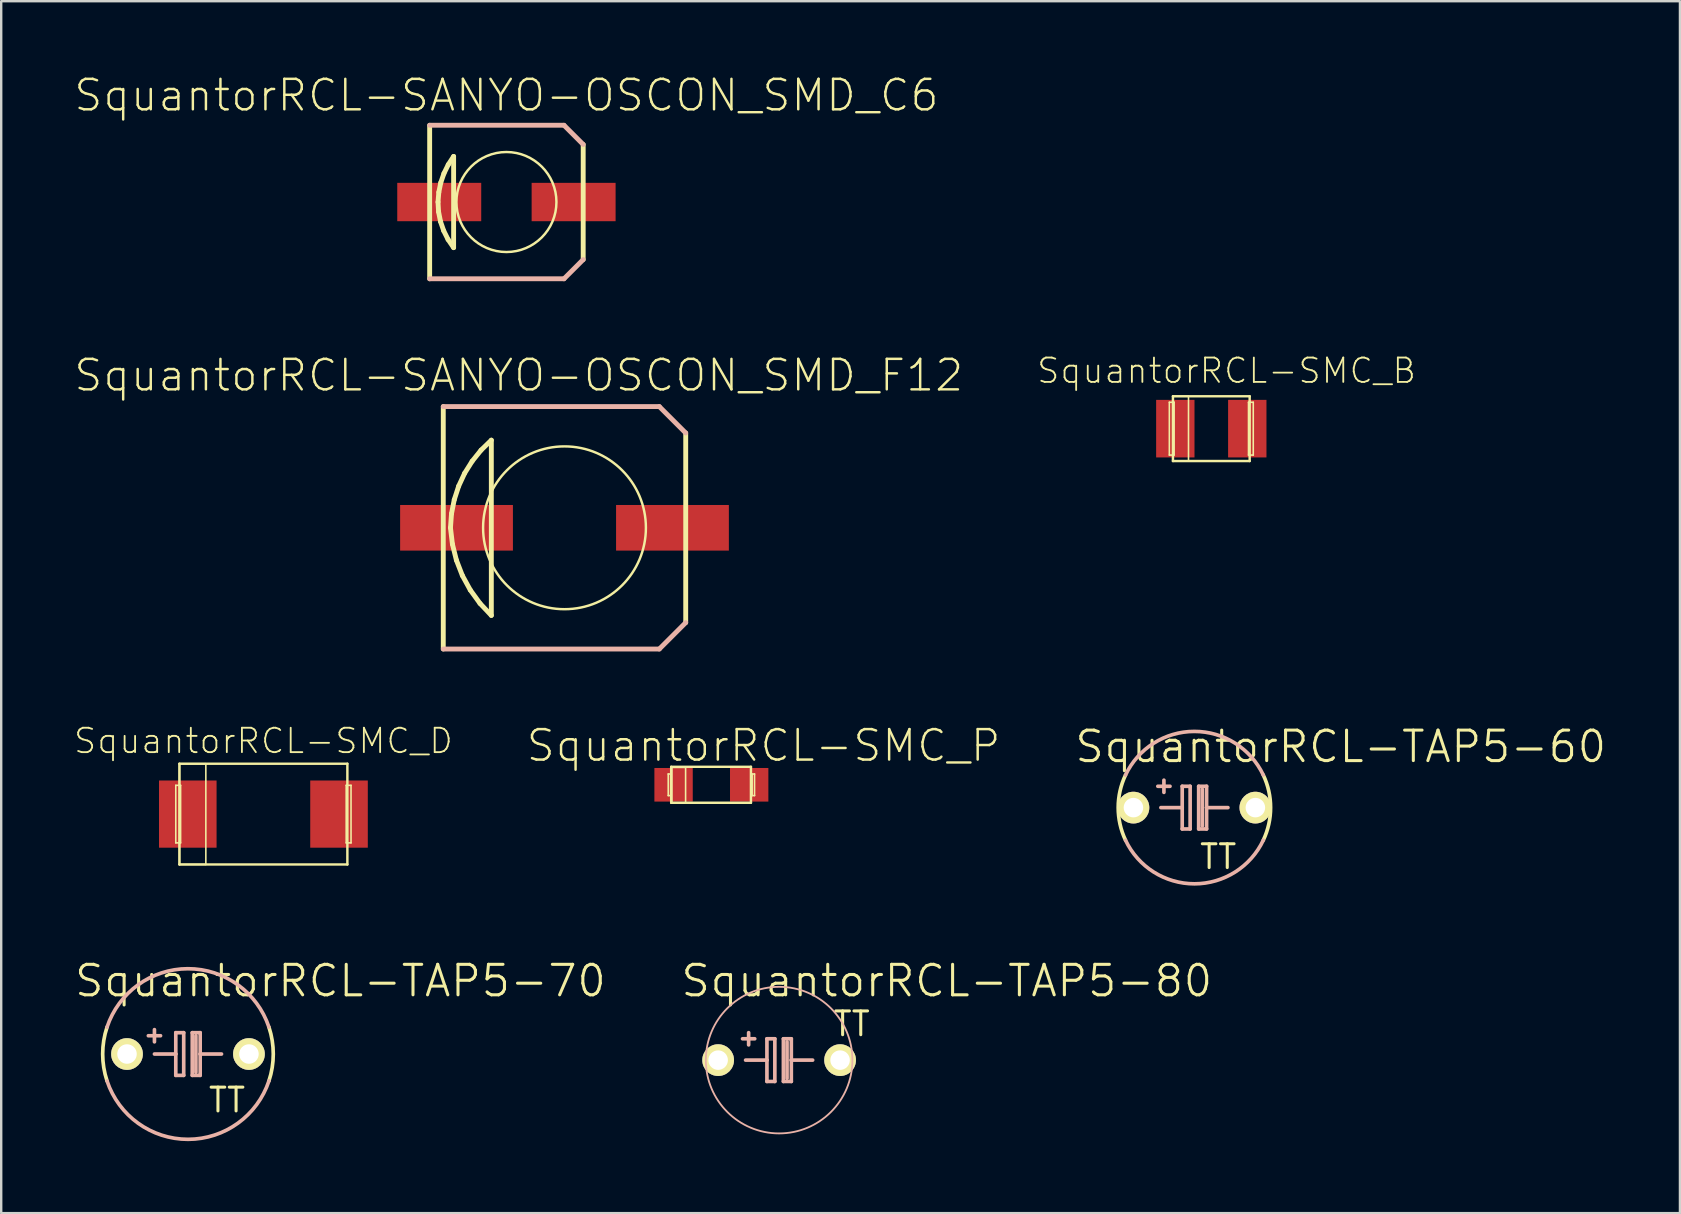
<source format=kicad_pcb>
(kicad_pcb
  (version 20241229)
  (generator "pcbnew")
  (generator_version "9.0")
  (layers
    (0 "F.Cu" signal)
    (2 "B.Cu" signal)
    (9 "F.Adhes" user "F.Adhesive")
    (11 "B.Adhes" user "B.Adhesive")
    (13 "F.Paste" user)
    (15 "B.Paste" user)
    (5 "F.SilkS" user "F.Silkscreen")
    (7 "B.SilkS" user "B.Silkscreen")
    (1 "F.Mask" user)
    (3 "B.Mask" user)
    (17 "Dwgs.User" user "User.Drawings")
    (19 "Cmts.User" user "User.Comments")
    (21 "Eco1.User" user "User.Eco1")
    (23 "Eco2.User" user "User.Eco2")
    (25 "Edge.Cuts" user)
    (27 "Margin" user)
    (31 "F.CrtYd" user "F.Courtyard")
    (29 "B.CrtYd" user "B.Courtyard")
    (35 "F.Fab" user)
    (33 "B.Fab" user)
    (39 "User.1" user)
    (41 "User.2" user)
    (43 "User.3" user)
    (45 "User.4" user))
  (footprint "SquantorRCL-SMC_P"
    (layer "F.Cu")
    (at 26.585 29.643)
    (property "Reference" "SquantorRCL-SMC_P" (at 2.174 -1.633 0) (layer "F.SilkS") (effects (font (size 1.27 1.27) (thickness 0.102))))
    (attr smd)
    (fp_line (start -1.798 -0.45) (end -1.699 -0.45) (stroke (width 0.066) (type solid)) (layer "F.SilkS"))
    (fp_line (start -1.798 0.45) (end -1.798 -0.45) (stroke (width 0.066) (type solid)) (layer "F.SilkS"))
    (fp_line (start -1.798 0.45) (end -1.699 0.45) (stroke (width 0.066) (type solid)) (layer "F.SilkS"))
    (fp_line (start -1.699 0.45) (end -1.699 -0.45) (stroke (width 0.066) (type solid)) (layer "F.SilkS"))
    (fp_line (start -1.674 -0.749) (end -1.674 0.749) (stroke (width 0.102) (type solid)) (layer "F.SilkS"))
    (fp_line (start -1.674 -0.749) (end 1.648 -0.749) (stroke (width 0.102) (type solid)) (layer "F.SilkS"))
    (fp_line (start -1.648 -0.724) (end -1.074 -0.724) (stroke (width 0.066) (type solid)) (layer "F.SilkS"))
    (fp_line (start -1.648 0.749) (end -1.648 -0.724) (stroke (width 0.066) (type solid)) (layer "F.SilkS"))
    (fp_line (start -1.648 0.749) (end -1.074 0.749) (stroke (width 0.066) (type solid)) (layer "F.SilkS"))
    (fp_line (start -1.074 0.749) (end -1.074 -0.724) (stroke (width 0.066) (type solid)) (layer "F.SilkS"))
    (fp_line (start 1.648 0.749) (end -1.674 0.749) (stroke (width 0.102) (type solid)) (layer "F.SilkS"))
    (fp_line (start 1.648 0.749) (end 1.648 -0.749) (stroke (width 0.102) (type solid)) (layer "F.SilkS"))
    (fp_line (start 1.699 -0.45) (end 1.798 -0.45) (stroke (width 0.066) (type solid)) (layer "F.SilkS"))
    (fp_line (start 1.699 0.45) (end 1.699 -0.45) (stroke (width 0.066) (type solid)) (layer "F.SilkS"))
    (fp_line (start 1.699 0.45) (end 1.798 0.45) (stroke (width 0.066) (type solid)) (layer "F.SilkS"))
    (fp_line (start 1.798 0.45) (end 1.798 -0.45) (stroke (width 0.066) (type solid)) (layer "F.SilkS"))
    (pad "+" smd rect (at -1.575 0) (size 1.598 1.4) (layers "F.Cu" "F.Mask" "F.Paste"))
    (pad "-" smd rect (at 1.575 0 180) (size 1.598 1.4) (layers "F.Cu" "F.Mask" "F.Paste")))
  (footprint "SquantorRCL-TAP5-60"
    (layer "F.Cu")
    (at 46.707 30.594)
    (property "Reference" "SquantorRCL-TAP5-60" (at 6.096 -2.54 0) (layer "F.SilkS") (effects (font (size 1.27 1.27) (thickness 0.127))))
    (attr exclude_from_pos_files exclude_from_bom)
    (fp_arc (start -2.8702 1.35636) (mid -3.174549 -0.000341) (end -2.869908 -1.356977) (stroke (width 0.1524) (type solid)) (layer "F.SilkS"))
    (fp_arc (start 2.8702 -1.35636) (mid 3.174549 0.000341) (end 2.869908 1.356977) (stroke (width 0.1524) (type solid)) (layer "F.SilkS"))
    (fp_line (start -1.397 0) (end -0.508 0) (stroke (width 0.152) (type solid)) (layer "B.SilkS"))
    (fp_line (start -1.27 -0.635) (end -1.27 -1.143) (stroke (width 0.152) (type solid)) (layer "B.SilkS"))
    (fp_line (start -1.016 -0.889) (end -1.524 -0.889) (stroke (width 0.152) (type solid)) (layer "B.SilkS"))
    (fp_line (start -0.508 -0.889) (end -0.508 0) (stroke (width 0.152) (type solid)) (layer "B.SilkS"))
    (fp_line (start -0.508 0) (end -0.508 0.889) (stroke (width 0.152) (type solid)) (layer "B.SilkS"))
    (fp_line (start -0.508 0.889) (end -0.178 0.889) (stroke (width 0.152) (type solid)) (layer "B.SilkS"))
    (fp_line (start -0.178 -0.889) (end -0.508 -0.889) (stroke (width 0.152) (type solid)) (layer "B.SilkS"))
    (fp_line (start -0.178 0.889) (end -0.178 -0.889) (stroke (width 0.152) (type solid)) (layer "B.SilkS"))
    (fp_line (start 0.178 -0.889) (end 0.178 0.889) (stroke (width 0.152) (type solid)) (layer "B.SilkS"))
    (fp_line (start 0.178 0.889) (end 0.508 0.889) (stroke (width 0.152) (type solid)) (layer "B.SilkS"))
    (fp_line (start 0.33 0.762) (end 0.33 -0.762) (stroke (width 0.152) (type solid)) (layer "B.SilkS"))
    (fp_line (start 0.508 -0.889) (end 0.178 -0.889) (stroke (width 0.152) (type solid)) (layer "B.SilkS"))
    (fp_line (start 0.508 0) (end 0.508 -0.889) (stroke (width 0.152) (type solid)) (layer "B.SilkS"))
    (fp_line (start 0.508 0) (end 1.397 0) (stroke (width 0.152) (type solid)) (layer "B.SilkS"))
    (fp_line (start 0.508 0.889) (end 0.508 0) (stroke (width 0.152) (type solid)) (layer "B.SilkS"))
    (fp_arc (start -2.8702 -1.35636) (mid -0.003112 -3.174547) (end 2.867536 -1.361984) (stroke (width 0.1524) (type solid)) (layer "B.SilkS"))
    (fp_arc (start 2.8702 1.35636) (mid 0.003112 3.174547) (end -2.867536 1.361984) (stroke (width 0.1524) (type solid)) (layer "B.SilkS"))
    (fp_text user "TT" (at 0.991 2.045 0) (layer "F.SilkS") (effects (font (size 0.991 0.991) (thickness 0.127))))
    (pad "+" thru_hole circle (at -2.54 0) (size 1.321 1.321) (drill 0.813) (layers "*.Cu" "F.Mask" "F.SilkS" "F.Paste"))
    (pad "-" thru_hole circle (at 2.54 0) (size 1.321 1.321) (drill 0.813) (layers "*.Cu" "F.Mask" "F.SilkS" "F.Paste")))
  (footprint "SquantorRCL-TAP5-80"
    (layer "F.Cu")
    (at 29.407 41.113)
    (property "Reference" "SquantorRCL-TAP5-80" (at 6.985 -3.302 0) (layer "F.SilkS") (effects (font (size 1.27 1.27) (thickness 0.127))))
    (attr exclude_from_pos_files exclude_from_bom)
    (fp_line (start -1.397 0) (end -0.508 0) (stroke (width 0.152) (type solid)) (layer "B.SilkS"))
    (fp_line (start -1.27 -0.635) (end -1.27 -1.143) (stroke (width 0.152) (type solid)) (layer "B.SilkS"))
    (fp_line (start -1.016 -0.889) (end -1.524 -0.889) (stroke (width 0.152) (type solid)) (layer "B.SilkS"))
    (fp_line (start -0.508 -0.889) (end -0.508 0) (stroke (width 0.152) (type solid)) (layer "B.SilkS"))
    (fp_line (start -0.508 0) (end -0.508 0.889) (stroke (width 0.152) (type solid)) (layer "B.SilkS"))
    (fp_line (start -0.508 0.889) (end -0.178 0.889) (stroke (width 0.152) (type solid)) (layer "B.SilkS"))
    (fp_line (start -0.178 -0.889) (end -0.508 -0.889) (stroke (width 0.152) (type solid)) (layer "B.SilkS"))
    (fp_line (start -0.178 0.889) (end -0.178 -0.889) (stroke (width 0.152) (type solid)) (layer "B.SilkS"))
    (fp_line (start 0.178 -0.889) (end 0.178 0.889) (stroke (width 0.152) (type solid)) (layer "B.SilkS"))
    (fp_line (start 0.178 0.889) (end 0.508 0.889) (stroke (width 0.152) (type solid)) (layer "B.SilkS"))
    (fp_line (start 0.33 0.762) (end 0.33 -0.762) (stroke (width 0.152) (type solid)) (layer "B.SilkS"))
    (fp_line (start 0.508 -0.889) (end 0.178 -0.889) (stroke (width 0.152) (type solid)) (layer "B.SilkS"))
    (fp_line (start 0.508 0) (end 0.508 -0.889) (stroke (width 0.152) (type solid)) (layer "B.SilkS"))
    (fp_line (start 0.508 0) (end 1.397 0) (stroke (width 0.152) (type solid)) (layer "B.SilkS"))
    (fp_line (start 0.508 0.889) (end 0.508 0) (stroke (width 0.152) (type solid)) (layer "B.SilkS"))
    (fp_circle (center 0 0) (end -2.159 2.159) (stroke (width 0.076) (type solid)) (fill no) (layer "B.SilkS"))
    (fp_text user "TT" (at 3.023 -1.511 0) (layer "F.SilkS") (effects (font (size 0.991 0.991) (thickness 0.127))))
    (pad "+" thru_hole circle (at -2.54 0) (size 1.321 1.321) (drill 0.813) (layers "*.Cu" "F.Mask" "F.SilkS" "F.Paste"))
    (pad "-" thru_hole circle (at 2.54 0) (size 1.321 1.321) (drill 0.813) (layers "*.Cu" "F.Mask" "F.SilkS" "F.Paste")))
  (footprint "SquantorRCL-TAP5-70"
    (layer "F.Cu")
    (at 4.781 40.859)
    (property "Reference" "SquantorRCL-TAP5-70" (at 6.35 -3.048 0) (layer "F.SilkS") (effects (font (size 1.27 1.27) (thickness 0.127))))
    (attr exclude_from_pos_files exclude_from_bom)
    (fp_arc (start -3.37312 1.1176) (mid -3.553444 -0.001157) (end -3.372391 -1.119797) (stroke (width 0.1524) (type solid)) (layer "F.SilkS"))
    (fp_arc (start 3.37312 -1.1176) (mid 3.553444 0.001157) (end 3.372391 1.119797) (stroke (width 0.1524) (type solid)) (layer "F.SilkS"))
    (fp_line (start -1.397 -0.508) (end -1.397 -1.016) (stroke (width 0.152) (type solid)) (layer "B.SilkS"))
    (fp_line (start -1.397 0) (end -0.508 0) (stroke (width 0.152) (type solid)) (layer "B.SilkS"))
    (fp_line (start -1.143 -0.762) (end -1.651 -0.762) (stroke (width 0.152) (type solid)) (layer "B.SilkS"))
    (fp_line (start -0.508 -0.889) (end -0.508 0) (stroke (width 0.152) (type solid)) (layer "B.SilkS"))
    (fp_line (start -0.508 0) (end -0.508 0.889) (stroke (width 0.152) (type solid)) (layer "B.SilkS"))
    (fp_line (start -0.508 0.889) (end -0.178 0.889) (stroke (width 0.152) (type solid)) (layer "B.SilkS"))
    (fp_line (start -0.178 -0.889) (end -0.508 -0.889) (stroke (width 0.152) (type solid)) (layer "B.SilkS"))
    (fp_line (start -0.178 0.889) (end -0.178 -0.889) (stroke (width 0.152) (type solid)) (layer "B.SilkS"))
    (fp_line (start 0.178 -0.889) (end 0.178 0.889) (stroke (width 0.152) (type solid)) (layer "B.SilkS"))
    (fp_line (start 0.178 0.889) (end 0.508 0.889) (stroke (width 0.152) (type solid)) (layer "B.SilkS"))
    (fp_line (start 0.33 0.762) (end 0.33 -0.762) (stroke (width 0.152) (type solid)) (layer "B.SilkS"))
    (fp_line (start 0.508 -0.889) (end 0.178 -0.889) (stroke (width 0.152) (type solid)) (layer "B.SilkS"))
    (fp_line (start 0.508 0) (end 0.508 -0.889) (stroke (width 0.152) (type solid)) (layer "B.SilkS"))
    (fp_line (start 0.508 0) (end 1.397 0) (stroke (width 0.152) (type solid)) (layer "B.SilkS"))
    (fp_line (start 0.508 0.889) (end 0.508 0) (stroke (width 0.152) (type solid)) (layer "B.SilkS"))
    (fp_arc (start -3.37312 -1.1176) (mid -0.004258 -3.553442) (end 3.370432 -1.125681) (stroke (width 0.1524) (type solid)) (layer "B.SilkS"))
    (fp_arc (start 3.37312 1.1176) (mid 0.004258 3.553442) (end -3.370432 1.125681) (stroke (width 0.1524) (type solid)) (layer "B.SilkS"))
    (fp_text user "TT" (at 1.626 1.918 0) (layer "F.SilkS") (effects (font (size 0.991 0.991) (thickness 0.127))))
    (pad "+" thru_hole circle (at -2.54 0) (size 1.321 1.321) (drill 0.813) (layers "*.Cu" "F.Mask" "F.SilkS" "F.Paste"))
    (pad "-" thru_hole circle (at 2.54 0) (size 1.321 1.321) (drill 0.813) (layers "*.Cu" "F.Mask" "F.SilkS" "F.Paste")))
  (footprint "SquantorRCL-SANYO-OSCON_SMD_F12"
    (layer "F.Cu")
    (at 20.466 18.937)
    (property "Reference" "SquantorRCL-SANYO-OSCON_SMD_F12" (at -1.905 -6.35 0) (layer "F.SilkS") (effects (font (size 1.27 1.27) (thickness 0.102))))
    (attr smd)
    (fp_line (start -5.05 5.05) (end -5.05 -5.05) (stroke (width 0.203) (type solid)) (layer "F.SilkS"))
    (fp_line (start -4.75 0) (end -4.669 0.681) (stroke (width 0.203) (type solid)) (layer "F.SilkS"))
    (fp_line (start -4.707 -0.589) (end -4.75 0) (stroke (width 0.203) (type solid)) (layer "F.SilkS"))
    (fp_line (start -4.669 0.681) (end -4.503 1.349) (stroke (width 0.203) (type solid)) (layer "F.SilkS"))
    (fp_line (start -4.592 -1.171) (end -4.707 -0.589) (stroke (width 0.203) (type solid)) (layer "F.SilkS"))
    (fp_line (start -4.503 1.349) (end -4.255 1.989) (stroke (width 0.203) (type solid)) (layer "F.SilkS"))
    (fp_line (start -4.409 -1.735) (end -4.592 -1.171) (stroke (width 0.203) (type solid)) (layer "F.SilkS"))
    (fp_line (start -4.255 1.989) (end -3.924 2.593) (stroke (width 0.203) (type solid)) (layer "F.SilkS"))
    (fp_line (start -4.161 -2.271) (end -4.409 -1.735) (stroke (width 0.203) (type solid)) (layer "F.SilkS"))
    (fp_line (start -3.924 2.593) (end -3.52 3.15) (stroke (width 0.203) (type solid)) (layer "F.SilkS"))
    (fp_line (start -3.846 -2.774) (end -4.161 -2.271) (stroke (width 0.203) (type solid)) (layer "F.SilkS"))
    (fp_line (start -3.52 3.15) (end -3.048 3.65) (stroke (width 0.203) (type solid)) (layer "F.SilkS"))
    (fp_line (start -3.475 -3.236) (end -3.846 -2.774) (stroke (width 0.203) (type solid)) (layer "F.SilkS"))
    (fp_line (start -3.048 -3.65) (end -3.475 -3.236) (stroke (width 0.203) (type solid)) (layer "F.SilkS"))
    (fp_line (start -3.048 3.65) (end -3.048 -3.65) (stroke (width 0.203) (type solid)) (layer "F.SilkS"))
    (fp_line (start 5.05 -3.95) (end 5.05 3.95) (stroke (width 0.203) (type solid)) (layer "F.SilkS"))
    (fp_circle (center 0 0) (end -2.398 2.398) (stroke (width 0.102) (type solid)) (fill no) (layer "F.SilkS"))
    (fp_line (start -5.05 -5.05) (end 3.95 -5.05) (stroke (width 0.203) (type solid)) (layer "B.SilkS"))
    (fp_line (start 3.95 -5.05) (end 5.05 -3.95) (stroke (width 0.203) (type solid)) (layer "B.SilkS"))
    (fp_line (start 3.95 5.05) (end -5.05 5.05) (stroke (width 0.203) (type solid)) (layer "B.SilkS"))
    (fp_line (start 5.05 3.95) (end 3.95 5.05) (stroke (width 0.203) (type solid)) (layer "B.SilkS"))
    (pad "+" smd rect (at 4.498 0) (size 4.699 1.9) (layers "F.Cu" "F.Mask" "F.Paste"))
    (pad "-" smd rect (at -4.498 0) (size 4.699 1.9) (layers "F.Cu" "F.Mask" "F.Paste")))
  (footprint "SquantorRCL-SMC_D"
    (layer "F.Cu")
    (at 7.923 30.864)
    (property "Reference" "SquantorRCL-SMC_D" (at 0 -3.048 0) (layer "F.SilkS") (effects (font (size 1.016 1.016) (thickness 0.076))))
    (attr smd)
    (fp_line (start -3.65 -1.199) (end -3.449 -1.199) (stroke (width 0.066) (type solid)) (layer "F.SilkS"))
    (fp_line (start -3.65 1.199) (end -3.65 -1.199) (stroke (width 0.066) (type solid)) (layer "F.SilkS"))
    (fp_line (start -3.65 1.199) (end -3.449 1.199) (stroke (width 0.066) (type solid)) (layer "F.SilkS"))
    (fp_line (start -3.498 -2.098) (end -2.398 -2.098) (stroke (width 0.066) (type solid)) (layer "F.SilkS"))
    (fp_line (start -3.498 -2.098) (end 3.498 -2.098) (stroke (width 0.102) (type solid)) (layer "F.SilkS"))
    (fp_line (start -3.498 2.098) (end -3.498 -2.098) (stroke (width 0.066) (type solid)) (layer "F.SilkS"))
    (fp_line (start -3.498 2.098) (end -3.498 -2.098) (stroke (width 0.102) (type solid)) (layer "F.SilkS"))
    (fp_line (start -3.498 2.098) (end -2.398 2.098) (stroke (width 0.066) (type solid)) (layer "F.SilkS"))
    (fp_line (start -3.449 1.199) (end -3.449 -1.199) (stroke (width 0.066) (type solid)) (layer "F.SilkS"))
    (fp_line (start -2.398 2.098) (end -2.398 -2.098) (stroke (width 0.066) (type solid)) (layer "F.SilkS"))
    (fp_line (start 3.449 -1.199) (end 3.65 -1.199) (stroke (width 0.066) (type solid)) (layer "F.SilkS"))
    (fp_line (start 3.449 1.199) (end 3.449 -1.199) (stroke (width 0.066) (type solid)) (layer "F.SilkS"))
    (fp_line (start 3.449 1.199) (end 3.65 1.199) (stroke (width 0.066) (type solid)) (layer "F.SilkS"))
    (fp_line (start 3.498 -2.098) (end 3.498 2.098) (stroke (width 0.102) (type solid)) (layer "F.SilkS"))
    (fp_line (start 3.498 2.098) (end -3.498 2.098) (stroke (width 0.102) (type solid)) (layer "F.SilkS"))
    (fp_line (start 3.65 1.199) (end 3.65 -1.199) (stroke (width 0.066) (type solid)) (layer "F.SilkS"))
    (pad "+" smd rect (at -3.15 0) (size 2.398 2.799) (layers "F.Cu" "F.Mask" "F.Paste"))
    (pad "-" smd rect (at 3.15 0 180) (size 2.398 2.799) (layers "F.Cu" "F.Mask" "F.Paste")))
  (footprint "SquantorRCL-SANYO-OSCON_SMD_C6"
    (layer "F.Cu")
    (at 18.047 5.366)
    (property "Reference" "SquantorRCL-SANYO-OSCON_SMD_C6" (at 0 -4.445 0) (layer "F.SilkS") (effects (font (size 1.27 1.27) (thickness 0.102))))
    (attr smd)
    (fp_line (start -3.198 3.198) (end -3.198 -3.198) (stroke (width 0.203) (type solid)) (layer "F.SilkS"))
    (fp_line (start -2.85 0) (end -2.817 -0.406) (stroke (width 0.203) (type solid)) (layer "F.SilkS"))
    (fp_line (start -2.827 0.406) (end -2.85 0) (stroke (width 0.203) (type solid)) (layer "F.SilkS"))
    (fp_line (start -2.817 -0.406) (end -2.736 -0.805) (stroke (width 0.203) (type solid)) (layer "F.SilkS"))
    (fp_line (start -2.748 0.808) (end -2.827 0.406) (stroke (width 0.203) (type solid)) (layer "F.SilkS"))
    (fp_line (start -2.736 -0.805) (end -2.603 -1.191) (stroke (width 0.203) (type solid)) (layer "F.SilkS"))
    (fp_line (start -2.614 1.196) (end -2.748 0.808) (stroke (width 0.203) (type solid)) (layer "F.SilkS"))
    (fp_line (start -2.603 -1.191) (end -2.423 -1.557) (stroke (width 0.203) (type solid)) (layer "F.SilkS"))
    (fp_line (start -2.431 1.562) (end -2.614 1.196) (stroke (width 0.203) (type solid)) (layer "F.SilkS"))
    (fp_line (start -2.423 -1.557) (end -2.2 -1.9) (stroke (width 0.203) (type solid)) (layer "F.SilkS"))
    (fp_line (start -2.2 -1.9) (end -2.2 1.9) (stroke (width 0.203) (type solid)) (layer "F.SilkS"))
    (fp_line (start -2.2 1.9) (end -2.431 1.562) (stroke (width 0.203) (type solid)) (layer "F.SilkS"))
    (fp_line (start 3.198 -2.398) (end 3.198 2.398) (stroke (width 0.203) (type solid)) (layer "F.SilkS"))
    (fp_circle (center 0 0) (end -1.473 1.473) (stroke (width 0.102) (type solid)) (fill no) (layer "F.SilkS"))
    (fp_line (start -3.198 -3.198) (end 2.398 -3.198) (stroke (width 0.203) (type solid)) (layer "B.SilkS"))
    (fp_line (start 2.398 -3.198) (end 3.198 -2.398) (stroke (width 0.203) (type solid)) (layer "B.SilkS"))
    (fp_line (start 2.398 3.198) (end -3.198 3.198) (stroke (width 0.203) (type solid)) (layer "B.SilkS"))
    (fp_line (start 3.198 2.398) (end 2.398 3.198) (stroke (width 0.203) (type solid)) (layer "B.SilkS"))
    (pad "+" smd rect (at 2.799 0) (size 3.498 1.598) (layers "F.Cu" "F.Mask" "F.Paste"))
    (pad "-" smd rect (at -2.799 0) (size 3.498 1.598) (layers "F.Cu" "F.Mask" "F.Paste")))
  (footprint "SquantorRCL-SMC_B"
    (layer "F.Cu")
    (at 47.411 14.807)
    (property "Reference" "SquantorRCL-SMC_B" (at 0.635 -2.413 0) (layer "F.SilkS") (effects (font (size 1.016 1.016) (thickness 0.076))))
    (attr smd)
    (fp_line (start -1.748 -1.1) (end -1.549 -1.1) (stroke (width 0.066) (type solid)) (layer "F.SilkS"))
    (fp_line (start -1.748 1.1) (end -1.748 -1.1) (stroke (width 0.066) (type solid)) (layer "F.SilkS"))
    (fp_line (start -1.748 1.1) (end -1.549 1.1) (stroke (width 0.066) (type solid)) (layer "F.SilkS"))
    (fp_line (start -1.598 -1.349) (end -0.95 -1.349) (stroke (width 0.066) (type solid)) (layer "F.SilkS"))
    (fp_line (start -1.598 -1.349) (end 1.598 -1.349) (stroke (width 0.102) (type solid)) (layer "F.SilkS"))
    (fp_line (start -1.598 1.349) (end -1.598 -1.349) (stroke (width 0.066) (type solid)) (layer "F.SilkS"))
    (fp_line (start -1.598 1.349) (end -1.598 -1.349) (stroke (width 0.102) (type solid)) (layer "F.SilkS"))
    (fp_line (start -1.598 1.349) (end -0.95 1.349) (stroke (width 0.066) (type solid)) (layer "F.SilkS"))
    (fp_line (start -1.549 1.1) (end -1.549 -1.1) (stroke (width 0.066) (type solid)) (layer "F.SilkS"))
    (fp_line (start -0.95 1.349) (end -0.95 -1.349) (stroke (width 0.066) (type solid)) (layer "F.SilkS"))
    (fp_line (start 1.549 -1.1) (end 1.748 -1.1) (stroke (width 0.066) (type solid)) (layer "F.SilkS"))
    (fp_line (start 1.549 1.1) (end 1.549 -1.1) (stroke (width 0.066) (type solid)) (layer "F.SilkS"))
    (fp_line (start 1.549 1.1) (end 1.748 1.1) (stroke (width 0.066) (type solid)) (layer "F.SilkS"))
    (fp_line (start 1.598 -1.349) (end 1.598 1.349) (stroke (width 0.102) (type solid)) (layer "F.SilkS"))
    (fp_line (start 1.598 1.349) (end -1.598 1.349) (stroke (width 0.102) (type solid)) (layer "F.SilkS"))
    (fp_line (start 1.748 1.1) (end 1.748 -1.1) (stroke (width 0.066) (type solid)) (layer "F.SilkS"))
    (pad "+" smd rect (at -1.499 0) (size 1.598 2.398) (layers "F.Cu" "F.Mask" "F.Paste"))
    (pad "-" smd rect (at 1.499 0 180) (size 1.598 2.398) (layers "F.Cu" "F.Mask" "F.Paste")))
  (gr_rect
    (start -3 -3)
    (end 66.934 47.488)
    (stroke (width 0.1) (type default))
    (fill no)
    (layer "Edge.Cuts")))
</source>
